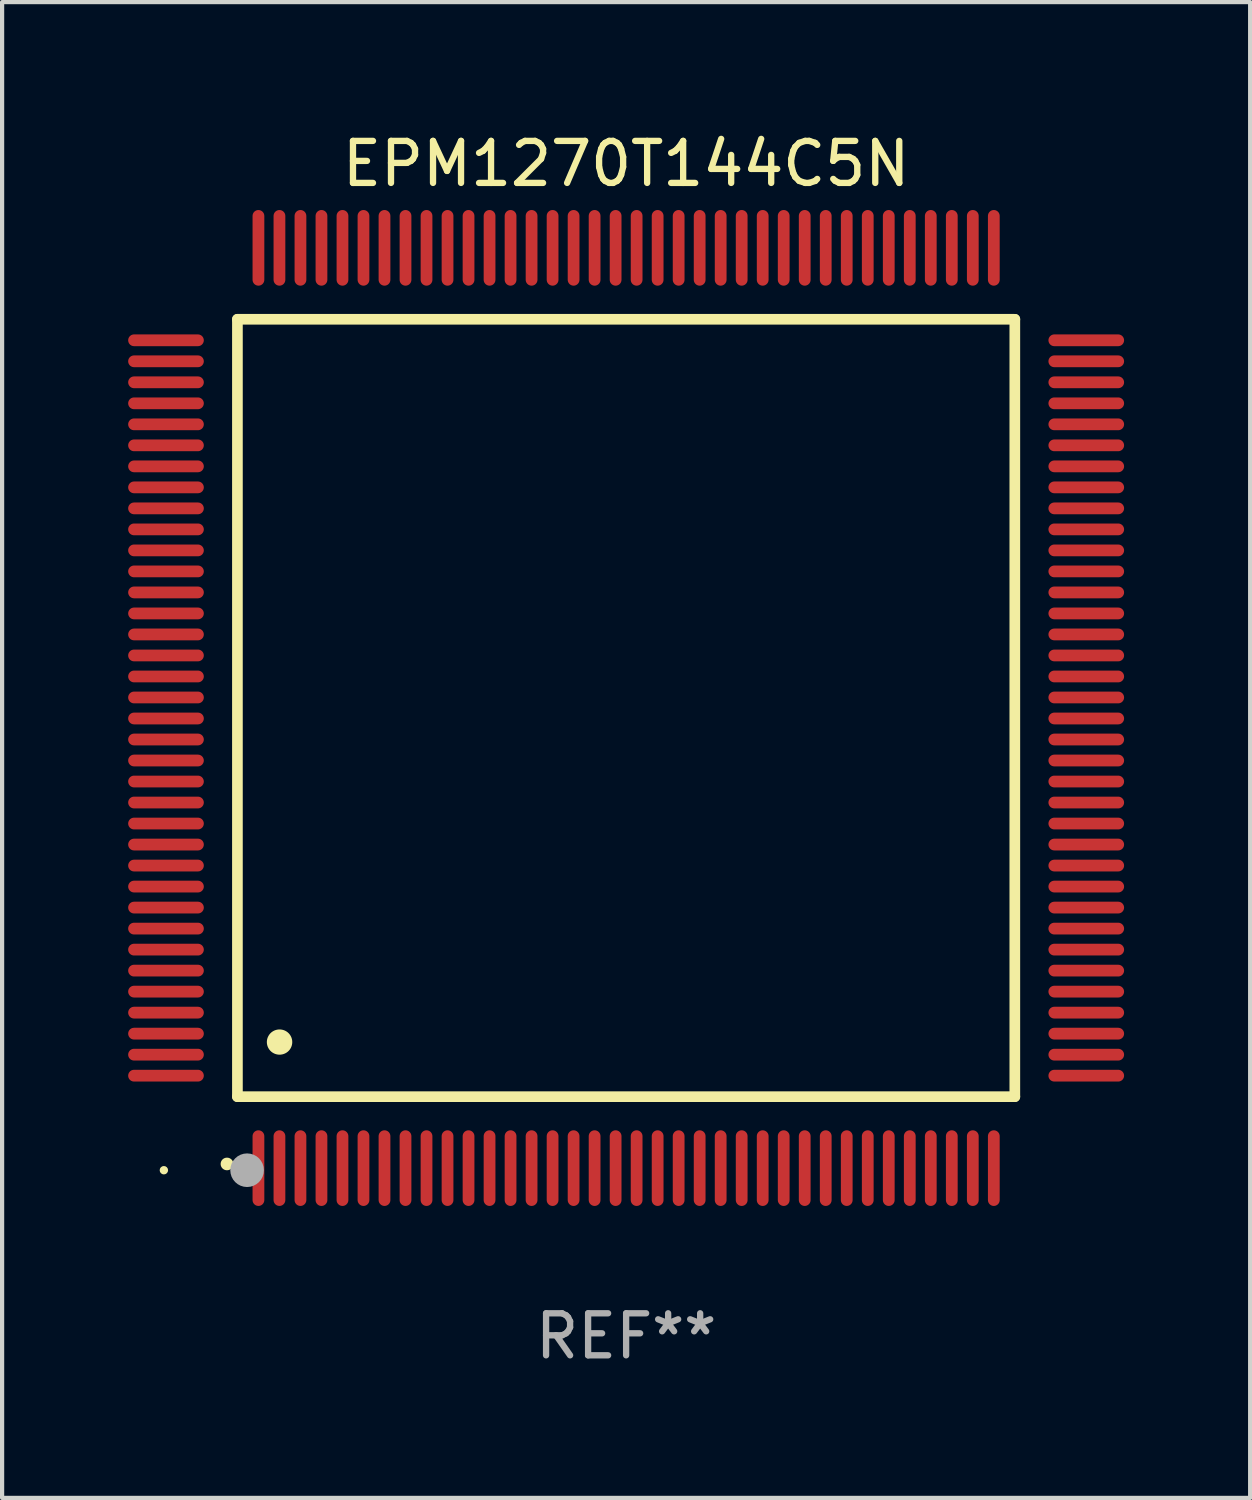
<source format=kicad_pcb>
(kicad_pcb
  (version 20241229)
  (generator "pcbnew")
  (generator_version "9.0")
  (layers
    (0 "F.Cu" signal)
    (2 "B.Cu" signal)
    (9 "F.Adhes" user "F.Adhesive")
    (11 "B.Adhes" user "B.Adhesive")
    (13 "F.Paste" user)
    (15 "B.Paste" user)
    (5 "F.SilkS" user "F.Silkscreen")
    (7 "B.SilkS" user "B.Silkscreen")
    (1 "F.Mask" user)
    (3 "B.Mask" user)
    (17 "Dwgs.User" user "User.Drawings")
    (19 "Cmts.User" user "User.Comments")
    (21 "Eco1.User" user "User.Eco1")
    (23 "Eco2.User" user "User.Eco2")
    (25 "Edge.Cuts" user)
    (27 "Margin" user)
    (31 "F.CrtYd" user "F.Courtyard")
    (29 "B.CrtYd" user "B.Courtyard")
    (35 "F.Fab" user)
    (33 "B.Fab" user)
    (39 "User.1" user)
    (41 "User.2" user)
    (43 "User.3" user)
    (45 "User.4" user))
  (footprint "EPM1270T144C5N"
    (layer "F.Cu")
    (at 11.85 13.798)
    (property "Reference" "EPM1270T144C5N" (at 0 -12.95 0) (layer "F.SilkS") (effects (font (size 1 1) (thickness 0.15))))
    (attr through_hole)
    (fp_line (start -9.25 -9.25) (end -9.25 9.25) (stroke (width 0.254) (type solid)) (layer "F.SilkS"))
    (fp_line (start -9.25 9.25) (end 9.25 9.25) (stroke (width 0.254) (type solid)) (layer "F.SilkS"))
    (fp_line (start 9.25 -9.25) (end -9.25 -9.25) (stroke (width 0.254) (type solid)) (layer "F.SilkS"))
    (fp_line (start 9.25 9.25) (end 9.25 -9.25) (stroke (width 0.254) (type solid)) (layer "F.SilkS"))
    (fp_arc (start -9.499619 10.850902) (mid -9.498349 10.850897) (end -9.497079 10.850902) (stroke (width 0.3) (type solid)) (layer "F.SilkS"))
    (fp_arc (start -8.249936 7.950216) (mid -8.247396 7.950205) (end -8.244856 7.950216) (stroke (width 0.6) (type solid)) (layer "F.SilkS"))
    (fp_circle (center -11 11) (end -10.95 11) (stroke (width 0.1) (type solid)) (fill no) (layer "F.SilkS"))
    (fp_circle (center -9.02 11) (end -8.82 11) (stroke (width 0.4) (type solid)) (fill no) (layer "F.Fab"))
    (fp_text user "REF**" (at 0 14.95 0) (layer "F.Fab") (effects (font (size 1 1) (thickness 0.15))))
    (pad "1" smd oval (at -8.75 10.95) (size 0.28 1.8) (layers "F.Cu" "F.Mask" "F.Paste"))
    (pad "2" smd oval (at -8.25 10.95) (size 0.28 1.8) (layers "F.Cu" "F.Mask" "F.Paste"))
    (pad "3" smd oval (at -7.75 10.95) (size 0.28 1.8) (layers "F.Cu" "F.Mask" "F.Paste"))
    (pad "4" smd oval (at -7.25 10.95) (size 0.28 1.8) (layers "F.Cu" "F.Mask" "F.Paste"))
    (pad "5" smd oval (at -6.75 10.95) (size 0.28 1.8) (layers "F.Cu" "F.Mask" "F.Paste"))
    (pad "6" smd oval (at -6.25 10.95) (size 0.28 1.8) (layers "F.Cu" "F.Mask" "F.Paste"))
    (pad "7" smd oval (at -5.75 10.95) (size 0.28 1.8) (layers "F.Cu" "F.Mask" "F.Paste"))
    (pad "8" smd oval (at -5.25 10.95) (size 0.28 1.8) (layers "F.Cu" "F.Mask" "F.Paste"))
    (pad "9" smd oval (at -4.75 10.95) (size 0.28 1.8) (layers "F.Cu" "F.Mask" "F.Paste"))
    (pad "10" smd oval (at -4.25 10.95) (size 0.28 1.8) (layers "F.Cu" "F.Mask" "F.Paste"))
    (pad "11" smd oval (at -3.75 10.95) (size 0.28 1.8) (layers "F.Cu" "F.Mask" "F.Paste"))
    (pad "12" smd oval (at -3.25 10.95) (size 0.28 1.8) (layers "F.Cu" "F.Mask" "F.Paste"))
    (pad "13" smd oval (at -2.75 10.95) (size 0.28 1.8) (layers "F.Cu" "F.Mask" "F.Paste"))
    (pad "14" smd oval (at -2.25 10.95) (size 0.28 1.8) (layers "F.Cu" "F.Mask" "F.Paste"))
    (pad "15" smd oval (at -1.75 10.95) (size 0.28 1.8) (layers "F.Cu" "F.Mask" "F.Paste"))
    (pad "16" smd oval (at -1.25 10.95) (size 0.28 1.8) (layers "F.Cu" "F.Mask" "F.Paste"))
    (pad "17" smd oval (at -0.75 10.95) (size 0.28 1.8) (layers "F.Cu" "F.Mask" "F.Paste"))
    (pad "18" smd oval (at -0.25 10.95) (size 0.28 1.8) (layers "F.Cu" "F.Mask" "F.Paste"))
    (pad "19" smd oval (at 0.25 10.95) (size 0.28 1.8) (layers "F.Cu" "F.Mask" "F.Paste"))
    (pad "20" smd oval (at 0.75 10.95) (size 0.28 1.8) (layers "F.Cu" "F.Mask" "F.Paste"))
    (pad "21" smd oval (at 1.25 10.95) (size 0.28 1.8) (layers "F.Cu" "F.Mask" "F.Paste"))
    (pad "22" smd oval (at 1.75 10.95) (size 0.28 1.8) (layers "F.Cu" "F.Mask" "F.Paste"))
    (pad "23" smd oval (at 2.25 10.95) (size 0.28 1.8) (layers "F.Cu" "F.Mask" "F.Paste"))
    (pad "24" smd oval (at 2.75 10.95) (size 0.28 1.8) (layers "F.Cu" "F.Mask" "F.Paste"))
    (pad "25" smd oval (at 3.25 10.95) (size 0.28 1.8) (layers "F.Cu" "F.Mask" "F.Paste"))
    (pad "26" smd oval (at 3.75 10.95) (size 0.28 1.8) (layers "F.Cu" "F.Mask" "F.Paste"))
    (pad "27" smd oval (at 4.25 10.95) (size 0.28 1.8) (layers "F.Cu" "F.Mask" "F.Paste"))
    (pad "28" smd oval (at 4.75 10.95) (size 0.28 1.8) (layers "F.Cu" "F.Mask" "F.Paste"))
    (pad "29" smd oval (at 5.25 10.95) (size 0.28 1.8) (layers "F.Cu" "F.Mask" "F.Paste"))
    (pad "30" smd oval (at 5.75 10.95) (size 0.28 1.8) (layers "F.Cu" "F.Mask" "F.Paste"))
    (pad "31" smd oval (at 6.25 10.95) (size 0.28 1.8) (layers "F.Cu" "F.Mask" "F.Paste"))
    (pad "32" smd oval (at 6.75 10.95) (size 0.28 1.8) (layers "F.Cu" "F.Mask" "F.Paste"))
    (pad "33" smd oval (at 7.25 10.95) (size 0.28 1.8) (layers "F.Cu" "F.Mask" "F.Paste"))
    (pad "34" smd oval (at 7.75 10.95) (size 0.28 1.8) (layers "F.Cu" "F.Mask" "F.Paste"))
    (pad "35" smd oval (at 8.25 10.95) (size 0.28 1.8) (layers "F.Cu" "F.Mask" "F.Paste"))
    (pad "36" smd oval (at 8.75 10.95) (size 0.28 1.8) (layers "F.Cu" "F.Mask" "F.Paste"))
    (pad "37" smd oval (at 10.95 8.75) (size 1.8 0.28) (layers "F.Cu" "F.Mask" "F.Paste"))
    (pad "38" smd oval (at 10.95 8.25) (size 1.8 0.28) (layers "F.Cu" "F.Mask" "F.Paste"))
    (pad "39" smd oval (at 10.95 7.75) (size 1.8 0.28) (layers "F.Cu" "F.Mask" "F.Paste"))
    (pad "40" smd oval (at 10.95 7.25) (size 1.8 0.28) (layers "F.Cu" "F.Mask" "F.Paste"))
    (pad "41" smd oval (at 10.95 6.75) (size 1.8 0.28) (layers "F.Cu" "F.Mask" "F.Paste"))
    (pad "42" smd oval (at 10.95 6.25) (size 1.8 0.28) (layers "F.Cu" "F.Mask" "F.Paste"))
    (pad "43" smd oval (at 10.95 5.75) (size 1.8 0.28) (layers "F.Cu" "F.Mask" "F.Paste"))
    (pad "44" smd oval (at 10.95 5.25) (size 1.8 0.28) (layers "F.Cu" "F.Mask" "F.Paste"))
    (pad "45" smd oval (at 10.95 4.75) (size 1.8 0.28) (layers "F.Cu" "F.Mask" "F.Paste"))
    (pad "46" smd oval (at 10.95 4.25) (size 1.8 0.28) (layers "F.Cu" "F.Mask" "F.Paste"))
    (pad "47" smd oval (at 10.95 3.75) (size 1.8 0.28) (layers "F.Cu" "F.Mask" "F.Paste"))
    (pad "48" smd oval (at 10.95 3.25) (size 1.8 0.28) (layers "F.Cu" "F.Mask" "F.Paste"))
    (pad "49" smd oval (at 10.95 2.75) (size 1.8 0.28) (layers "F.Cu" "F.Mask" "F.Paste"))
    (pad "50" smd oval (at 10.95 2.25) (size 1.8 0.28) (layers "F.Cu" "F.Mask" "F.Paste"))
    (pad "51" smd oval (at 10.95 1.75) (size 1.8 0.28) (layers "F.Cu" "F.Mask" "F.Paste"))
    (pad "52" smd oval (at 10.95 1.25) (size 1.8 0.28) (layers "F.Cu" "F.Mask" "F.Paste"))
    (pad "53" smd oval (at 10.95 0.75) (size 1.8 0.28) (layers "F.Cu" "F.Mask" "F.Paste"))
    (pad "54" smd oval (at 10.95 0.25) (size 1.8 0.28) (layers "F.Cu" "F.Mask" "F.Paste"))
    (pad "55" smd oval (at 10.95 -0.25) (size 1.8 0.28) (layers "F.Cu" "F.Mask" "F.Paste"))
    (pad "56" smd oval (at 10.95 -0.75) (size 1.8 0.28) (layers "F.Cu" "F.Mask" "F.Paste"))
    (pad "57" smd oval (at 10.95 -1.25) (size 1.8 0.28) (layers "F.Cu" "F.Mask" "F.Paste"))
    (pad "58" smd oval (at 10.95 -1.75) (size 1.8 0.28) (layers "F.Cu" "F.Mask" "F.Paste"))
    (pad "59" smd oval (at 10.95 -2.25) (size 1.8 0.28) (layers "F.Cu" "F.Mask" "F.Paste"))
    (pad "60" smd oval (at 10.95 -2.75) (size 1.8 0.28) (layers "F.Cu" "F.Mask" "F.Paste"))
    (pad "61" smd oval (at 10.95 -3.25) (size 1.8 0.28) (layers "F.Cu" "F.Mask" "F.Paste"))
    (pad "62" smd oval (at 10.95 -3.75) (size 1.8 0.28) (layers "F.Cu" "F.Mask" "F.Paste"))
    (pad "63" smd oval (at 10.95 -4.25) (size 1.8 0.28) (layers "F.Cu" "F.Mask" "F.Paste"))
    (pad "64" smd oval (at 10.95 -4.75) (size 1.8 0.28) (layers "F.Cu" "F.Mask" "F.Paste"))
    (pad "65" smd oval (at 10.95 -5.25) (size 1.8 0.28) (layers "F.Cu" "F.Mask" "F.Paste"))
    (pad "66" smd oval (at 10.95 -5.75) (size 1.8 0.28) (layers "F.Cu" "F.Mask" "F.Paste"))
    (pad "67" smd oval (at 10.95 -6.25) (size 1.8 0.28) (layers "F.Cu" "F.Mask" "F.Paste"))
    (pad "68" smd oval (at 10.95 -6.75) (size 1.8 0.28) (layers "F.Cu" "F.Mask" "F.Paste"))
    (pad "69" smd oval (at 10.95 -7.25) (size 1.8 0.28) (layers "F.Cu" "F.Mask" "F.Paste"))
    (pad "70" smd oval (at 10.95 -7.75) (size 1.8 0.28) (layers "F.Cu" "F.Mask" "F.Paste"))
    (pad "71" smd oval (at 10.95 -8.25) (size 1.8 0.28) (layers "F.Cu" "F.Mask" "F.Paste"))
    (pad "72" smd oval (at 10.95 -8.75) (size 1.8 0.28) (layers "F.Cu" "F.Mask" "F.Paste"))
    (pad "73" smd oval (at 8.75 -10.95) (size 0.28 1.8) (layers "F.Cu" "F.Mask" "F.Paste"))
    (pad "74" smd oval (at 8.25 -10.95) (size 0.28 1.8) (layers "F.Cu" "F.Mask" "F.Paste"))
    (pad "75" smd oval (at 7.75 -10.95) (size 0.28 1.8) (layers "F.Cu" "F.Mask" "F.Paste"))
    (pad "76" smd oval (at 7.25 -10.95) (size 0.28 1.8) (layers "F.Cu" "F.Mask" "F.Paste"))
    (pad "77" smd oval (at 6.75 -10.95) (size 0.28 1.8) (layers "F.Cu" "F.Mask" "F.Paste"))
    (pad "78" smd oval (at 6.25 -10.95) (size 0.28 1.8) (layers "F.Cu" "F.Mask" "F.Paste"))
    (pad "79" smd oval (at 5.75 -10.95) (size 0.28 1.8) (layers "F.Cu" "F.Mask" "F.Paste"))
    (pad "80" smd oval (at 5.25 -10.95) (size 0.28 1.8) (layers "F.Cu" "F.Mask" "F.Paste"))
    (pad "81" smd oval (at 4.75 -10.95) (size 0.28 1.8) (layers "F.Cu" "F.Mask" "F.Paste"))
    (pad "82" smd oval (at 4.25 -10.95) (size 0.28 1.8) (layers "F.Cu" "F.Mask" "F.Paste"))
    (pad "83" smd oval (at 3.75 -10.95) (size 0.28 1.8) (layers "F.Cu" "F.Mask" "F.Paste"))
    (pad "84" smd oval (at 3.25 -10.95) (size 0.28 1.8) (layers "F.Cu" "F.Mask" "F.Paste"))
    (pad "85" smd oval (at 2.75 -10.95) (size 0.28 1.8) (layers "F.Cu" "F.Mask" "F.Paste"))
    (pad "86" smd oval (at 2.25 -10.95) (size 0.28 1.8) (layers "F.Cu" "F.Mask" "F.Paste"))
    (pad "87" smd oval (at 1.75 -10.95) (size 0.28 1.8) (layers "F.Cu" "F.Mask" "F.Paste"))
    (pad "88" smd oval (at 1.25 -10.95) (size 0.28 1.8) (layers "F.Cu" "F.Mask" "F.Paste"))
    (pad "89" smd oval (at 0.75 -10.95) (size 0.28 1.8) (layers "F.Cu" "F.Mask" "F.Paste"))
    (pad "90" smd oval (at 0.25 -10.95) (size 0.28 1.8) (layers "F.Cu" "F.Mask" "F.Paste"))
    (pad "91" smd oval (at -0.25 -10.95) (size 0.28 1.8) (layers "F.Cu" "F.Mask" "F.Paste"))
    (pad "92" smd oval (at -0.75 -10.95) (size 0.28 1.8) (layers "F.Cu" "F.Mask" "F.Paste"))
    (pad "93" smd oval (at -1.25 -10.95) (size 0.28 1.8) (layers "F.Cu" "F.Mask" "F.Paste"))
    (pad "94" smd oval (at -1.75 -10.95) (size 0.28 1.8) (layers "F.Cu" "F.Mask" "F.Paste"))
    (pad "95" smd oval (at -2.25 -10.95) (size 0.28 1.8) (layers "F.Cu" "F.Mask" "F.Paste"))
    (pad "96" smd oval (at -2.75 -10.95) (size 0.28 1.8) (layers "F.Cu" "F.Mask" "F.Paste"))
    (pad "97" smd oval (at -3.25 -10.95) (size 0.28 1.8) (layers "F.Cu" "F.Mask" "F.Paste"))
    (pad "98" smd oval (at -3.75 -10.95) (size 0.28 1.8) (layers "F.Cu" "F.Mask" "F.Paste"))
    (pad "99" smd oval (at -4.25 -10.95) (size 0.28 1.8) (layers "F.Cu" "F.Mask" "F.Paste"))
    (pad "100" smd oval (at -4.75 -10.95) (size 0.28 1.8) (layers "F.Cu" "F.Mask" "F.Paste"))
    (pad "101" smd oval (at -5.25 -10.95) (size 0.28 1.8) (layers "F.Cu" "F.Mask" "F.Paste"))
    (pad "102" smd oval (at -5.75 -10.95) (size 0.28 1.8) (layers "F.Cu" "F.Mask" "F.Paste"))
    (pad "103" smd oval (at -6.25 -10.95) (size 0.28 1.8) (layers "F.Cu" "F.Mask" "F.Paste"))
    (pad "104" smd oval (at -6.75 -10.95) (size 0.28 1.8) (layers "F.Cu" "F.Mask" "F.Paste"))
    (pad "105" smd oval (at -7.25 -10.95) (size 0.28 1.8) (layers "F.Cu" "F.Mask" "F.Paste"))
    (pad "106" smd oval (at -7.75 -10.95) (size 0.28 1.8) (layers "F.Cu" "F.Mask" "F.Paste"))
    (pad "107" smd oval (at -8.25 -10.95) (size 0.28 1.8) (layers "F.Cu" "F.Mask" "F.Paste"))
    (pad "108" smd oval (at -8.75 -10.95) (size 0.28 1.8) (layers "F.Cu" "F.Mask" "F.Paste"))
    (pad "109" smd oval (at -10.95 -8.75) (size 1.8 0.28) (layers "F.Cu" "F.Mask" "F.Paste"))
    (pad "110" smd oval (at -10.95 -8.25) (size 1.8 0.28) (layers "F.Cu" "F.Mask" "F.Paste"))
    (pad "111" smd oval (at -10.95 -7.75) (size 1.8 0.28) (layers "F.Cu" "F.Mask" "F.Paste"))
    (pad "112" smd oval (at -10.95 -7.25) (size 1.8 0.28) (layers "F.Cu" "F.Mask" "F.Paste"))
    (pad "113" smd oval (at -10.95 -6.75) (size 1.8 0.28) (layers "F.Cu" "F.Mask" "F.Paste"))
    (pad "114" smd oval (at -10.95 -6.25) (size 1.8 0.28) (layers "F.Cu" "F.Mask" "F.Paste"))
    (pad "115" smd oval (at -10.95 -5.75) (size 1.8 0.28) (layers "F.Cu" "F.Mask" "F.Paste"))
    (pad "116" smd oval (at -10.95 -5.25) (size 1.8 0.28) (layers "F.Cu" "F.Mask" "F.Paste"))
    (pad "117" smd oval (at -10.95 -4.75) (size 1.8 0.28) (layers "F.Cu" "F.Mask" "F.Paste"))
    (pad "118" smd oval (at -10.95 -4.25) (size 1.8 0.28) (layers "F.Cu" "F.Mask" "F.Paste"))
    (pad "119" smd oval (at -10.95 -3.75) (size 1.8 0.28) (layers "F.Cu" "F.Mask" "F.Paste"))
    (pad "120" smd oval (at -10.95 -3.25) (size 1.8 0.28) (layers "F.Cu" "F.Mask" "F.Paste"))
    (pad "121" smd oval (at -10.95 -2.75) (size 1.8 0.28) (layers "F.Cu" "F.Mask" "F.Paste"))
    (pad "122" smd oval (at -10.95 -2.25) (size 1.8 0.28) (layers "F.Cu" "F.Mask" "F.Paste"))
    (pad "123" smd oval (at -10.95 -1.75) (size 1.8 0.28) (layers "F.Cu" "F.Mask" "F.Paste"))
    (pad "124" smd oval (at -10.95 -1.25) (size 1.8 0.28) (layers "F.Cu" "F.Mask" "F.Paste"))
    (pad "125" smd oval (at -10.95 -0.75) (size 1.8 0.28) (layers "F.Cu" "F.Mask" "F.Paste"))
    (pad "126" smd oval (at -10.95 -0.25) (size 1.8 0.28) (layers "F.Cu" "F.Mask" "F.Paste"))
    (pad "127" smd oval (at -10.95 0.25) (size 1.8 0.28) (layers "F.Cu" "F.Mask" "F.Paste"))
    (pad "128" smd oval (at -10.95 0.75) (size 1.8 0.28) (layers "F.Cu" "F.Mask" "F.Paste"))
    (pad "129" smd oval (at -10.95 1.25) (size 1.8 0.28) (layers "F.Cu" "F.Mask" "F.Paste"))
    (pad "130" smd oval (at -10.95 1.75) (size 1.8 0.28) (layers "F.Cu" "F.Mask" "F.Paste"))
    (pad "131" smd oval (at -10.95 2.25) (size 1.8 0.28) (layers "F.Cu" "F.Mask" "F.Paste"))
    (pad "132" smd oval (at -10.95 2.75) (size 1.8 0.28) (layers "F.Cu" "F.Mask" "F.Paste"))
    (pad "133" smd oval (at -10.95 3.25) (size 1.8 0.28) (layers "F.Cu" "F.Mask" "F.Paste"))
    (pad "134" smd oval (at -10.95 3.75) (size 1.8 0.28) (layers "F.Cu" "F.Mask" "F.Paste"))
    (pad "135" smd oval (at -10.95 4.25) (size 1.8 0.28) (layers "F.Cu" "F.Mask" "F.Paste"))
    (pad "136" smd oval (at -10.95 4.75) (size 1.8 0.28) (layers "F.Cu" "F.Mask" "F.Paste"))
    (pad "137" smd oval (at -10.95 5.25) (size 1.8 0.28) (layers "F.Cu" "F.Mask" "F.Paste"))
    (pad "138" smd oval (at -10.95 5.75) (size 1.8 0.28) (layers "F.Cu" "F.Mask" "F.Paste"))
    (pad "139" smd oval (at -10.95 6.25) (size 1.8 0.28) (layers "F.Cu" "F.Mask" "F.Paste"))
    (pad "140" smd oval (at -10.95 6.75) (size 1.8 0.28) (layers "F.Cu" "F.Mask" "F.Paste"))
    (pad "141" smd oval (at -10.95 7.25) (size 1.8 0.28) (layers "F.Cu" "F.Mask" "F.Paste"))
    (pad "142" smd oval (at -10.95 7.75) (size 1.8 0.28) (layers "F.Cu" "F.Mask" "F.Paste"))
    (pad "143" smd oval (at -10.95 8.25) (size 1.8 0.28) (layers "F.Cu" "F.Mask" "F.Paste"))
    (pad "144" smd oval (at -10.95 8.75) (size 1.8 0.28) (layers "F.Cu" "F.Mask" "F.Paste")))
  (gr_rect
    (start -3 -3)
    (end 26.7 32.596)
    (stroke (width 0.1) (type default))
    (fill no)
    (layer "Edge.Cuts")))
</source>
